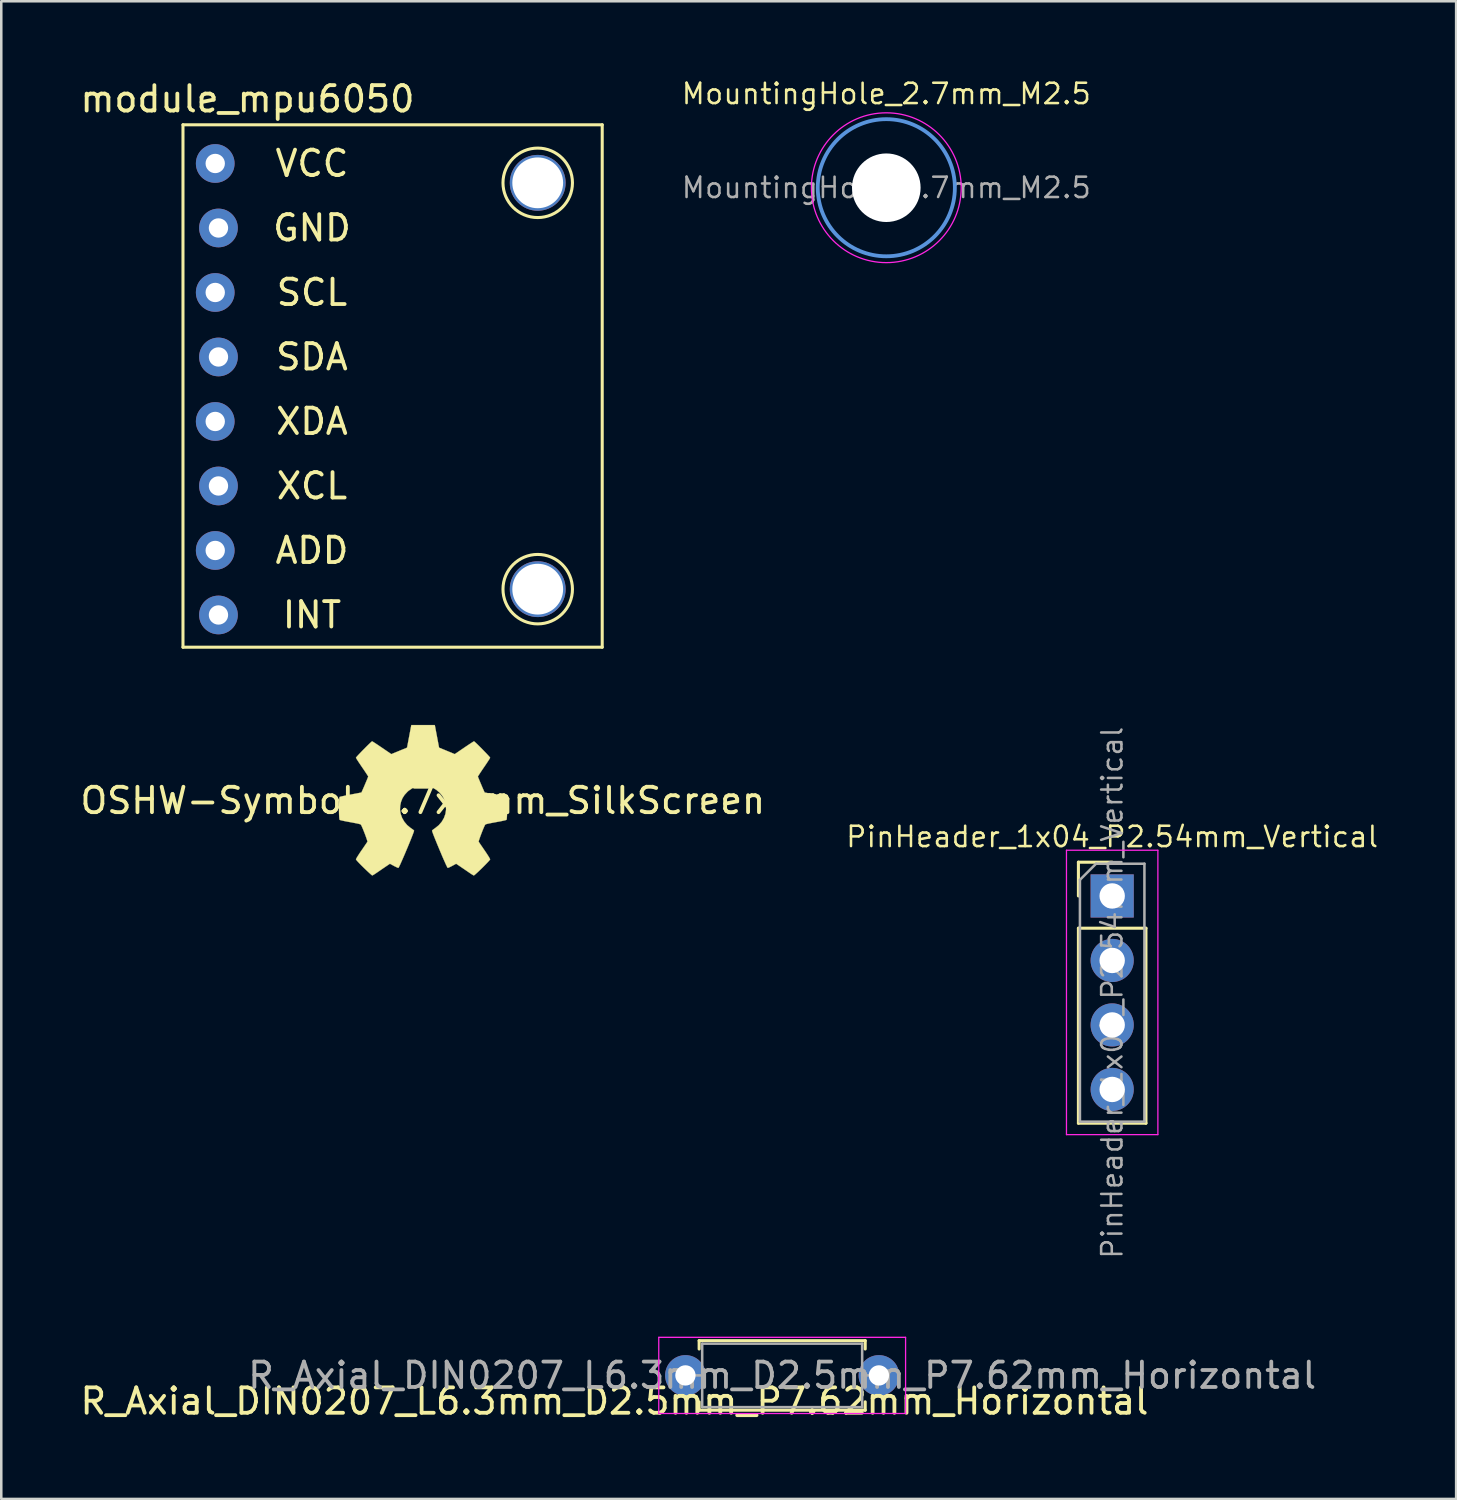
<source format=kicad_pcb>
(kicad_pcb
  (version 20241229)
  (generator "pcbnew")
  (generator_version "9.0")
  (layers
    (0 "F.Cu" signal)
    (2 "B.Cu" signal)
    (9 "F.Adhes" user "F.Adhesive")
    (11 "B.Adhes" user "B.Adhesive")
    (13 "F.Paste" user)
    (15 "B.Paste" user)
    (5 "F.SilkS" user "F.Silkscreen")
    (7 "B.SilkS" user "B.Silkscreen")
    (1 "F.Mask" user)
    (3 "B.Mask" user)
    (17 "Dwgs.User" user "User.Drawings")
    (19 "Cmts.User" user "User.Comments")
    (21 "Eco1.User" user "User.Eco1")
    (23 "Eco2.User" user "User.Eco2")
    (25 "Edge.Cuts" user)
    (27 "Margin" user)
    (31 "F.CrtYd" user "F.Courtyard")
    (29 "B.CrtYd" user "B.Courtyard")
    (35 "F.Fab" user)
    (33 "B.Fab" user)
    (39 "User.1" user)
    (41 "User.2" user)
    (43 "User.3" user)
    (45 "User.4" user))
  (footprint "R_Axial_DIN0207_L6.3mm_D2.5mm_P7.62mm_Horizontal"
    (layer "F.Cu")
    (at 23.943 51.116)
    (property "Reference" "R_Axial_DIN0207_L6.3mm_D2.5mm_P7.62mm_Horizontal" (at -2.794 1.016 0) (layer "F.SilkS") (effects (font (size 1 1) (thickness 0.15))))
    (attr through_hole)
    (fp_line (start 0.54 -1.37) (end 7.08 -1.37) (stroke (width 0.12) (type solid)) (layer "F.SilkS"))
    (fp_line (start 0.54 -1.04) (end 0.54 -1.37) (stroke (width 0.12) (type solid)) (layer "F.SilkS"))
    (fp_line (start 0.54 1.04) (end 0.54 1.37) (stroke (width 0.12) (type solid)) (layer "F.SilkS"))
    (fp_line (start 0.54 1.37) (end 7.08 1.37) (stroke (width 0.12) (type solid)) (layer "F.SilkS"))
    (fp_line (start 7.08 -1.37) (end 7.08 -1.04) (stroke (width 0.12) (type solid)) (layer "F.SilkS"))
    (fp_line (start 7.08 1.37) (end 7.08 1.04) (stroke (width 0.12) (type solid)) (layer "F.SilkS"))
    (fp_line (start -1.05 -1.5) (end -1.05 1.5) (stroke (width 0.05) (type solid)) (layer "F.CrtYd"))
    (fp_line (start -1.05 1.5) (end 8.67 1.5) (stroke (width 0.05) (type solid)) (layer "F.CrtYd"))
    (fp_line (start 8.67 -1.5) (end -1.05 -1.5) (stroke (width 0.05) (type solid)) (layer "F.CrtYd"))
    (fp_line (start 8.67 1.5) (end 8.67 -1.5) (stroke (width 0.05) (type solid)) (layer "F.CrtYd"))
    (fp_line (start 0 0) (end 0.66 0) (stroke (width 0.1) (type solid)) (layer "F.Fab"))
    (fp_line (start 0.66 -1.25) (end 0.66 1.25) (stroke (width 0.1) (type solid)) (layer "F.Fab"))
    (fp_line (start 0.66 1.25) (end 6.96 1.25) (stroke (width 0.1) (type solid)) (layer "F.Fab"))
    (fp_line (start 6.96 -1.25) (end 0.66 -1.25) (stroke (width 0.1) (type solid)) (layer "F.Fab"))
    (fp_line (start 6.96 1.25) (end 6.96 -1.25) (stroke (width 0.1) (type solid)) (layer "F.Fab"))
    (fp_line (start 7.62 0) (end 6.96 0) (stroke (width 0.1) (type solid)) (layer "F.Fab"))
    (fp_text user "${REFERENCE}" (at 3.81 0 0) (layer "F.Fab") (effects (font (size 1 1) (thickness 0.15))))
    (pad "1" thru_hole circle (at 0 0) (size 1.6 1.6) (drill 0.8) (layers "*.Cu" "*.Mask"))
    (pad "2" thru_hole oval (at 7.62 0) (size 1.6 1.6) (drill 0.8) (layers "*.Cu" "*.Mask")))
  (footprint "OSHW-Symbol_6.7x6mm_SilkScreen"
    (layer "F.Cu")
    (at 13.601 28.479)
    (property "Reference" "OSHW-Symbol_6.7x6mm_SilkScreen" (at 0 0 0) (layer "F.SilkS") (effects (font (size 1 1) (thickness 0.15))))
    (attr exclude_from_pos_files exclude_from_bom allow_missing_courtyard)
    (fp_poly (pts (xy 0.556 -2.531) (xy 0.64 -2.086) (xy 0.949 -1.959) (xy 1.258 -1.831) (xy 1.629 -2.084) (xy 1.733 -2.154) (xy 1.827 -2.217) (xy 1.907 -2.269) (xy 1.967 -2.308) (xy 2.005 -2.331) (xy 2.015 -2.336) (xy 2.034 -2.323) (xy 2.073 -2.288) (xy 2.13 -2.235) (xy 2.198 -2.168) (xy 2.274 -2.093) (xy 2.353 -2.013) (xy 2.431 -1.932) (xy 2.504 -1.857) (xy 2.567 -1.79) (xy 2.615 -1.737) (xy 2.644 -1.702) (xy 2.651 -1.69) (xy 2.641 -1.669) (xy 2.613 -1.621) (xy 2.569 -1.553) (xy 2.513 -1.468) (xy 2.448 -1.371) (xy 2.41 -1.316) (xy 2.341 -1.215) (xy 2.28 -1.124) (xy 2.23 -1.047) (xy 2.193 -0.989) (xy 2.172 -0.955) (xy 2.169 -0.948) (xy 2.176 -0.927) (xy 2.195 -0.879) (xy 2.223 -0.811) (xy 2.257 -0.729) (xy 2.295 -0.64) (xy 2.333 -0.55) (xy 2.369 -0.467) (xy 2.4 -0.396) (xy 2.423 -0.346) (xy 2.435 -0.322) (xy 2.436 -0.321) (xy 2.455 -0.316) (xy 2.505 -0.306) (xy 2.581 -0.291) (xy 2.678 -0.272) (xy 2.791 -0.251) (xy 2.856 -0.239) (xy 2.977 -0.216) (xy 3.086 -0.194) (xy 3.177 -0.174) (xy 3.246 -0.158) (xy 3.287 -0.147) (xy 3.296 -0.143) (xy 3.304 -0.119) (xy 3.31 -0.064) (xy 3.315 0.015) (xy 3.318 0.112) (xy 3.32 0.22) (xy 3.321 0.333) (xy 3.319 0.445) (xy 3.317 0.549) (xy 3.312 0.638) (xy 3.307 0.707) (xy 3.299 0.748) (xy 3.295 0.757) (xy 3.269 0.767) (xy 3.213 0.782) (xy 3.136 0.799) (xy 3.044 0.818) (xy 3.012 0.824) (xy 2.858 0.852) (xy 2.735 0.875) (xy 2.642 0.893) (xy 2.572 0.908) (xy 2.523 0.919) (xy 2.491 0.929) (xy 2.471 0.938) (xy 2.459 0.947) (xy 2.457 0.948) (xy 2.44 0.976) (xy 2.415 1.031) (xy 2.383 1.105) (xy 2.347 1.192) (xy 2.311 1.286) (xy 2.275 1.379) (xy 2.244 1.466) (xy 2.219 1.539) (xy 2.203 1.592) (xy 2.199 1.618) (xy 2.2 1.619) (xy 2.214 1.64) (xy 2.245 1.687) (xy 2.291 1.755) (xy 2.349 1.838) (xy 2.413 1.933) (xy 2.432 1.96) (xy 2.498 2.057) (xy 2.556 2.146) (xy 2.603 2.221) (xy 2.635 2.278) (xy 2.651 2.311) (xy 2.651 2.315) (xy 2.638 2.336) (xy 2.603 2.377) (xy 2.549 2.435) (xy 2.482 2.505) (xy 2.406 2.582) (xy 2.326 2.662) (xy 2.245 2.74) (xy 2.17 2.811) (xy 2.103 2.872) (xy 2.051 2.918) (xy 2.017 2.944) (xy 2.008 2.948) (xy 1.986 2.938) (xy 1.941 2.911) (xy 1.88 2.872) (xy 1.834 2.84) (xy 1.749 2.782) (xy 1.65 2.714) (xy 1.549 2.646) (xy 1.496 2.609) (xy 1.313 2.486) (xy 1.16 2.569) (xy 1.091 2.605) (xy 1.031 2.633) (xy 0.991 2.649) (xy 0.981 2.651) (xy 0.969 2.635) (xy 0.945 2.588) (xy 0.91 2.516) (xy 0.868 2.422) (xy 0.818 2.31) (xy 0.764 2.186) (xy 0.708 2.053) (xy 0.65 1.916) (xy 0.593 1.779) (xy 0.538 1.646) (xy 0.488 1.522) (xy 0.443 1.411) (xy 0.407 1.317) (xy 0.381 1.244) (xy 0.366 1.197) (xy 0.363 1.181) (xy 0.382 1.16) (xy 0.424 1.127) (xy 0.48 1.088) (xy 0.484 1.085) (xy 0.628 0.969) (xy 0.744 0.835) (xy 0.831 0.686) (xy 0.889 0.526) (xy 0.915 0.36) (xy 0.91 0.192) (xy 0.871 0.026) (xy 0.799 -0.134) (xy 0.778 -0.169) (xy 0.667 -0.309) (xy 0.536 -0.422) (xy 0.39 -0.507) (xy 0.233 -0.563) (xy 0.069 -0.589) (xy -0.097 -0.585) (xy -0.26 -0.551) (xy -0.416 -0.485) (xy -0.56 -0.388) (xy -0.605 -0.348) (xy -0.719 -0.224) (xy -0.802 -0.094) (xy -0.859 0.052) (xy -0.89 0.197) (xy -0.898 0.36) (xy -0.872 0.523) (xy -0.815 0.682) (xy -0.729 0.831) (xy -0.617 0.964) (xy -0.482 1.075) (xy -0.464 1.087) (xy -0.408 1.126) (xy -0.365 1.159) (xy -0.345 1.18) (xy -0.344 1.181) (xy -0.349 1.204) (xy -0.366 1.256) (xy -0.395 1.333) (xy -0.433 1.431) (xy -0.478 1.545) (xy -0.53 1.672) (xy -0.585 1.806) (xy -0.643 1.943) (xy -0.7 2.08) (xy -0.757 2.211) (xy -0.81 2.333) (xy -0.858 2.441) (xy -0.899 2.532) (xy -0.932 2.599) (xy -0.954 2.64) (xy -0.963 2.651) (xy -0.99 2.643) (xy -1.04 2.62) (xy -1.106 2.588) (xy -1.142 2.569) (xy -1.295 2.486) (xy -1.477 2.609) (xy -1.57 2.672) (xy -1.672 2.742) (xy -1.767 2.807) (xy -1.815 2.84) (xy -1.882 2.885) (xy -1.939 2.921) (xy -1.979 2.943) (xy -1.991 2.948) (xy -2.01 2.935) (xy -2.051 2.9) (xy -2.11 2.847) (xy -2.185 2.778) (xy -2.269 2.698) (xy -2.323 2.646) (xy -2.416 2.554) (xy -2.497 2.472) (xy -2.562 2.403) (xy -2.608 2.351) (xy -2.631 2.319) (xy -2.633 2.312) (xy -2.623 2.287) (xy -2.594 2.237) (xy -2.551 2.167) (xy -2.496 2.082) (xy -2.432 1.986) (xy -2.413 1.96) (xy -2.347 1.863) (xy -2.287 1.776) (xy -2.238 1.704) (xy -2.202 1.65) (xy -2.183 1.622) (xy -2.181 1.619) (xy -2.184 1.596) (xy -2.199 1.545) (xy -2.223 1.474) (xy -2.253 1.389) (xy -2.288 1.296) (xy -2.325 1.202) (xy -2.361 1.113) (xy -2.393 1.038) (xy -2.419 0.981) (xy -2.437 0.95) (xy -2.438 0.948) (xy -2.449 0.94) (xy -2.468 0.931) (xy -2.498 0.921) (xy -2.543 0.91) (xy -2.608 0.896) (xy -2.697 0.879) (xy -2.813 0.857) (xy -2.962 0.83) (xy -2.994 0.824) (xy -3.089 0.805) (xy -3.172 0.787) (xy -3.235 0.772) (xy -3.271 0.76) (xy -3.276 0.757) (xy -3.284 0.732) (xy -3.291 0.677) (xy -3.296 0.597) (xy -3.3 0.5) (xy -3.302 0.392) (xy -3.302 0.279) (xy -3.301 0.167) (xy -3.298 0.064) (xy -3.294 -0.026) (xy -3.289 -0.094) (xy -3.281 -0.135) (xy -3.277 -0.143) (xy -3.253 -0.152) (xy -3.197 -0.166) (xy -3.117 -0.183) (xy -3.016 -0.204) (xy -2.901 -0.227) (xy -2.838 -0.239) (xy -2.719 -0.261) (xy -2.613 -0.281) (xy -2.524 -0.298) (xy -2.46 -0.311) (xy -2.423 -0.319) (xy -2.417 -0.321) (xy -2.407 -0.34) (xy -2.386 -0.387) (xy -2.356 -0.455) (xy -2.32 -0.537) (xy -2.282 -0.626) (xy -2.244 -0.716) (xy -2.209 -0.8) (xy -2.18 -0.871) (xy -2.16 -0.922) (xy -2.151 -0.948) (xy -2.151 -0.949) (xy -2.161 -0.968) (xy -2.189 -1.014) (xy -2.233 -1.081) (xy -2.289 -1.165) (xy -2.354 -1.261) (xy -2.392 -1.316) (xy -2.461 -1.418) (xy -2.522 -1.509) (xy -2.573 -1.587) (xy -2.61 -1.647) (xy -2.63 -1.683) (xy -2.633 -1.691) (xy -2.62 -1.709) (xy -2.585 -1.75) (xy -2.533 -1.807) (xy -2.467 -1.876) (xy -2.393 -1.953) (xy -2.314 -2.033) (xy -2.235 -2.113) (xy -2.16 -2.187) (xy -2.095 -2.25) (xy -2.043 -2.299) (xy -2.008 -2.329) (xy -1.996 -2.336) (xy -1.978 -2.326) (xy -1.933 -2.298) (xy -1.866 -2.255) (xy -1.781 -2.199) (xy -1.684 -2.133) (xy -1.611 -2.084) (xy -1.24 -1.831) (xy -0.621 -2.086) (xy -0.537 -2.531) (xy -0.453 -2.976) (xy 0.472 -2.976) (xy 0.556 -2.531)) (stroke (width 0.01) (type solid)) (fill yes) (layer "F.SilkS")))
  (footprint "module_mpu6050"
    (layer "F.Cu")
    (at 5.426 21.168)
    (property "Reference" "module_mpu6050" (at 1.27 -20.32 0) (layer "F.SilkS") (effects (font (size 1 1) (thickness 0.15))))
    (attr through_hole)
    (fp_line (start -1.27 -19.304) (end 15.24 -19.304) (stroke (width 0.12) (type solid)) (layer "F.SilkS"))
    (fp_line (start -1.27 1.27) (end -1.27 -19.304) (stroke (width 0.12) (type solid)) (layer "F.SilkS"))
    (fp_line (start 15.24 -19.304) (end 15.24 1.27) (stroke (width 0.12) (type solid)) (layer "F.SilkS"))
    (fp_line (start 15.24 1.27) (end -1.27 1.27) (stroke (width 0.12) (type solid)) (layer "F.SilkS"))
    (fp_circle (center 12.7 -17.018) (end 13.208 -15.748) (stroke (width 0.12) (type solid)) (fill no) (layer "F.SilkS"))
    (fp_circle (center 12.7 -1.016) (end 13.208 0.254) (stroke (width 0.12) (type solid)) (fill no) (layer "F.SilkS"))
    (fp_text user "INT" (at 3.81 0 0) (layer "F.SilkS") (effects (font (size 1 1) (thickness 0.15))))
    (fp_text user "XCL" (at 3.81 -5.08 0) (layer "F.SilkS") (effects (font (size 1 1) (thickness 0.15))))
    (fp_text user "ADD" (at 3.81 -2.54 0) (layer "F.SilkS") (effects (font (size 1 1) (thickness 0.15))))
    (fp_text user "XDA" (at 3.81 -7.62 0) (layer "F.SilkS") (effects (font (size 1 1) (thickness 0.15))))
    (fp_text user "VCC" (at 3.81 -17.78 0) (layer "F.SilkS") (effects (font (size 1 1) (thickness 0.15))))
    (fp_text user "GND" (at 3.81 -15.24 0) (layer "F.SilkS") (effects (font (size 1 1) (thickness 0.15))))
    (fp_text user "SDA" (at 3.81 -10.16 0) (layer "F.SilkS") (effects (font (size 1 1) (thickness 0.15))))
    (fp_text user "SCL" (at 3.81 -12.7 0) (layer "F.SilkS") (effects (font (size 1 1) (thickness 0.15))))
    (pad "" np_thru_hole oval (at 12.7 -17.018) (size 2.2 2.2) (drill 2) (layers "*.Cu" "*.Mask"))
    (pad "" np_thru_hole oval (at 12.7 -1.016) (size 2.2 2.2) (drill 2) (layers "*.Cu" "*.Mask"))
    (pad "1" thru_hole circle (at 0 -17.78) (size 1.524 1.524) (drill 0.762) (layers "*.Cu" "*.Mask"))
    (pad "2" thru_hole circle (at 0.127 -15.24) (size 1.524 1.524) (drill 0.762) (layers "*.Cu" "*.Mask"))
    (pad "3" thru_hole circle (at 0 -12.7) (size 1.524 1.524) (drill 0.762) (layers "*.Cu" "*.Mask"))
    (pad "4" thru_hole circle (at 0.127 -10.16) (size 1.524 1.524) (drill 0.762) (layers "*.Cu" "*.Mask"))
    (pad "5" thru_hole circle (at 0 -7.62) (size 1.524 1.524) (drill 0.762) (layers "*.Cu" "*.Mask"))
    (pad "6" thru_hole circle (at 0.127 -5.08) (size 1.524 1.524) (drill 0.762) (layers "*.Cu" "*.Mask"))
    (pad "7" thru_hole circle (at 0 -2.54) (size 1.524 1.524) (drill 0.762) (layers "*.Cu" "*.Mask"))
    (pad "8" thru_hole circle (at 0.127 0) (size 1.524 1.524) (drill 0.762) (layers "*.Cu" "*.Mask")))
  (footprint "MountingHole_2.7mm_M2.5"
    (layer "F.Cu")
    (at 31.854 4.343)
    (property "Reference" "MountingHole_2.7mm_M2.5" (at 0 -3.7 0) (layer "F.SilkS") (effects (font (size 0.8 0.8) (thickness 0.1))))
    (attr exclude_from_pos_files exclude_from_bom)
    (fp_circle (center 0 0) (end 2.7 0) (stroke (width 0.15) (type solid)) (fill no) (layer "Cmts.User"))
    (fp_circle (center 0 0) (end 2.95 0) (stroke (width 0.05) (type solid)) (fill no) (layer "F.CrtYd"))
    (fp_text user "${REFERENCE}" (at 0 0 0) (layer "F.Fab") (effects (font (size 0.8 0.8) (thickness 0.1))))
    (pad "" np_thru_hole circle (at 0 0) (size 2.7 2.7) (drill 2.7) (layers "*.Cu" "*.Mask")))
  (footprint "PinHeader_1x04_P2.54mm_Vertical"
    (layer "F.Cu")
    (at 40.749 32.234)
    (property "Reference" "PinHeader_1x04_P2.54mm_Vertical" (at 0 -2.33 0) (layer "F.SilkS") (effects (font (size 0.8 0.8) (thickness 0.1))))
    (attr through_hole)
    (fp_line (start -1.33 -1.33) (end 0 -1.33) (stroke (width 0.12) (type solid)) (layer "F.SilkS"))
    (fp_line (start -1.33 0) (end -1.33 -1.33) (stroke (width 0.12) (type solid)) (layer "F.SilkS"))
    (fp_line (start -1.33 1.27) (end -1.33 8.95) (stroke (width 0.12) (type solid)) (layer "F.SilkS"))
    (fp_line (start -1.33 1.27) (end 1.33 1.27) (stroke (width 0.12) (type solid)) (layer "F.SilkS"))
    (fp_line (start -1.33 8.95) (end 1.33 8.95) (stroke (width 0.12) (type solid)) (layer "F.SilkS"))
    (fp_line (start 1.33 1.27) (end 1.33 8.95) (stroke (width 0.12) (type solid)) (layer "F.SilkS"))
    (fp_line (start -1.8 -1.8) (end -1.8 9.4) (stroke (width 0.05) (type solid)) (layer "F.CrtYd"))
    (fp_line (start -1.8 9.4) (end 1.8 9.4) (stroke (width 0.05) (type solid)) (layer "F.CrtYd"))
    (fp_line (start 1.8 -1.8) (end -1.8 -1.8) (stroke (width 0.05) (type solid)) (layer "F.CrtYd"))
    (fp_line (start 1.8 9.4) (end 1.8 -1.8) (stroke (width 0.05) (type solid)) (layer "F.CrtYd"))
    (fp_line (start -1.27 -0.635) (end -0.635 -1.27) (stroke (width 0.1) (type solid)) (layer "F.Fab"))
    (fp_line (start -1.27 8.89) (end -1.27 -0.635) (stroke (width 0.1) (type solid)) (layer "F.Fab"))
    (fp_line (start -0.635 -1.27) (end 1.27 -1.27) (stroke (width 0.1) (type solid)) (layer "F.Fab"))
    (fp_line (start 1.27 -1.27) (end 1.27 8.89) (stroke (width 0.1) (type solid)) (layer "F.Fab"))
    (fp_line (start 1.27 8.89) (end -1.27 8.89) (stroke (width 0.1) (type solid)) (layer "F.Fab"))
    (fp_text user "${REFERENCE}" (at 0 3.81 90) (layer "F.Fab") (effects (font (size 0.8 0.8) (thickness 0.1))))
    (pad "1" thru_hole rect (at 0 0 180) (size 1.7 1.7) (drill 1) (layers "*.Cu" "*.Mask"))
    (pad "2" thru_hole oval (at 0 2.54 180) (size 1.7 1.7) (drill 1) (layers "*.Cu" "*.Mask"))
    (pad "3" thru_hole oval (at 0 5.08 180) (size 1.7 1.7) (drill 1) (layers "*.Cu" "*.Mask"))
    (pad "4" thru_hole oval (at 0 7.62 180) (size 1.7 1.7) (drill 1) (layers "*.Cu" "*.Mask")))
  (gr_rect
    (start -3 -3)
    (end 54.295 55.98)
    (stroke (width 0.1) (type default))
    (fill no)
    (layer "Edge.Cuts")))
</source>
